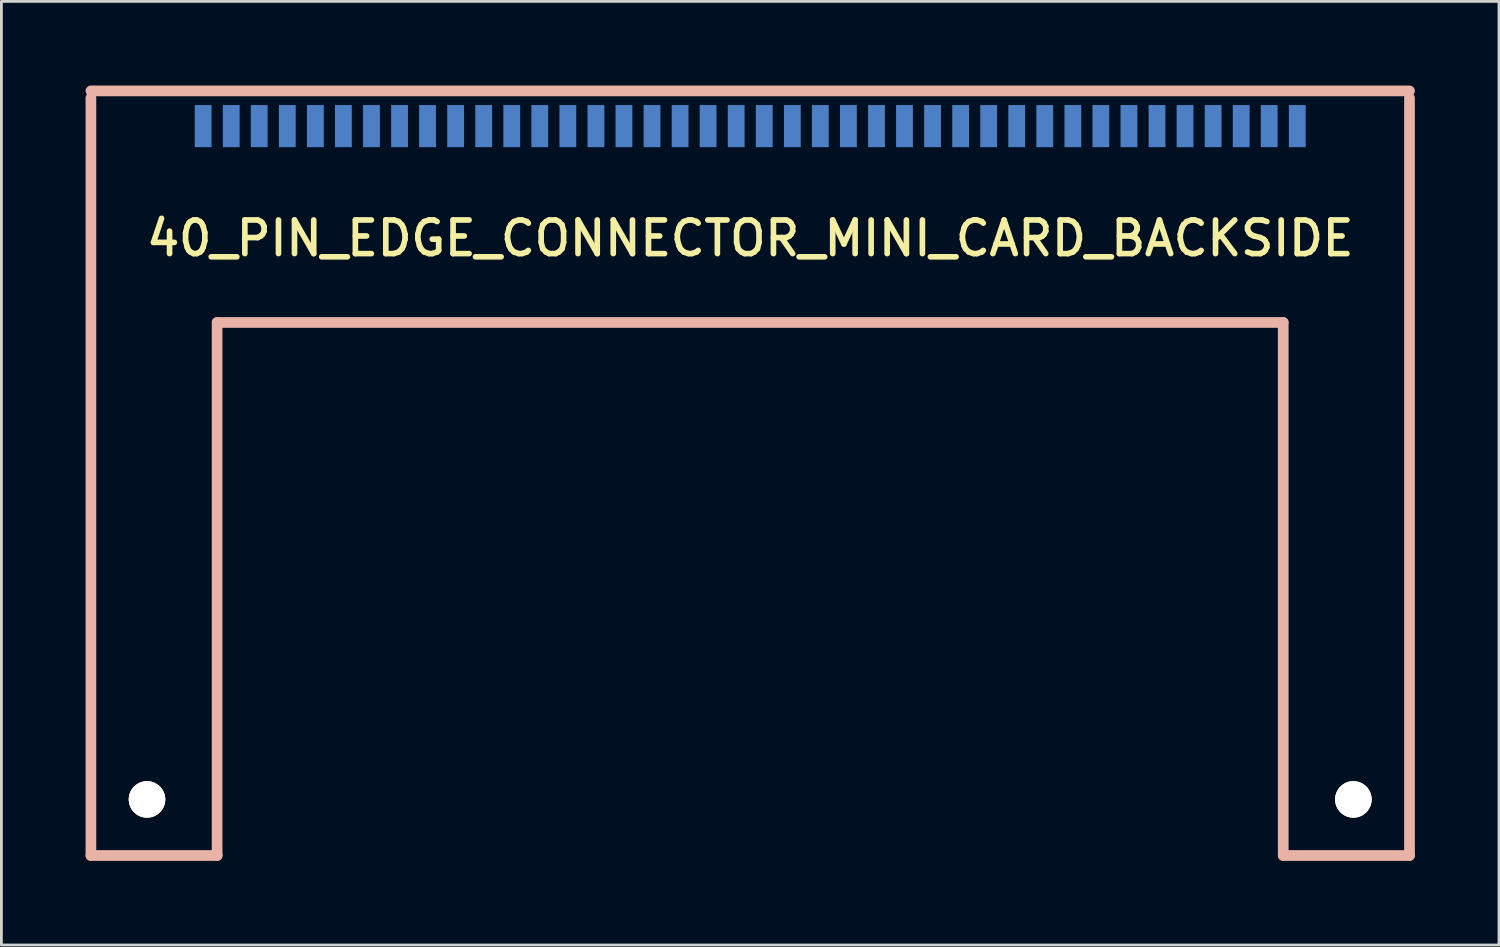
<source format=kicad_pcb>
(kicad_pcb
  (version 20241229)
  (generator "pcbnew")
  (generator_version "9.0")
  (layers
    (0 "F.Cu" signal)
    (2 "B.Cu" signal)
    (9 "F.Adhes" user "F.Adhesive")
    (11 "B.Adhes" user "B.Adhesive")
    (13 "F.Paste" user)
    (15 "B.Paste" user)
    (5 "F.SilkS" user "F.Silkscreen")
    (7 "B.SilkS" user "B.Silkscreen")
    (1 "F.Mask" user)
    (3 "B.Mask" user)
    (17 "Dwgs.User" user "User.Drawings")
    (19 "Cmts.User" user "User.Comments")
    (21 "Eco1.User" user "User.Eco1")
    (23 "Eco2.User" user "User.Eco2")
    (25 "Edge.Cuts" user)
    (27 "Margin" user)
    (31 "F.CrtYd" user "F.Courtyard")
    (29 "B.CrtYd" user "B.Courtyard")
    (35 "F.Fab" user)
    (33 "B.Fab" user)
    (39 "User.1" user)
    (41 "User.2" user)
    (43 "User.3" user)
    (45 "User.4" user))
  (footprint "40_PIN_EDGE_CONNECTOR_MINI_CARD_BACKSIDE"
    (layer "F.Cu")
    (at 23.691 1.445)
    (property "Reference" "40_PIN_EDGE_CONNECTOR_MINI_CARD_BACKSIDE" (at 0 4 0) (layer "F.SilkS") (effects (font (size 1.199 1.199) (thickness 0.201))))
    (attr through_hole)
    (fp_line (start -23.5 -1.255) (end 23.5 -1.255) (stroke (width 0.381) (type solid)) (layer "B.SilkS"))
    (fp_line (start -23.5 25.999) (end -23.5 -1.001) (stroke (width 0.381) (type solid)) (layer "B.SilkS"))
    (fp_line (start -19.002 7) (end -19.002 25.999) (stroke (width 0.381) (type solid)) (layer "B.SilkS"))
    (fp_line (start -18.999 7) (end 18.999 7) (stroke (width 0.381) (type solid)) (layer "B.SilkS"))
    (fp_line (start -18.999 25.999) (end -23.5 25.999) (stroke (width 0.381) (type solid)) (layer "B.SilkS"))
    (fp_line (start 18.999 25.999) (end 18.999 7) (stroke (width 0.381) (type solid)) (layer "B.SilkS"))
    (fp_line (start 18.999 25.999) (end 23.5 25.999) (stroke (width 0.381) (type solid)) (layer "B.SilkS"))
    (fp_line (start 23.5 -1.001) (end 23.5 25.999) (stroke (width 0.381) (type solid)) (layer "B.SilkS"))
    (pad "1" smd rect (at 19.5 0) (size 0.599 1.501) (layers "B.Cu" "B.Mask" "B.Paste"))
    (pad "2" smd rect (at 18.499 0) (size 0.599 1.501) (layers "B.Cu" "B.Mask" "B.Paste"))
    (pad "3" smd rect (at 17.501 0) (size 0.599 1.501) (layers "B.Cu" "B.Mask" "B.Paste"))
    (pad "4" smd rect (at 16.5 0) (size 0.599 1.501) (layers "B.Cu" "B.Mask" "B.Paste"))
    (pad "5" smd rect (at 15.499 0) (size 0.599 1.501) (layers "B.Cu" "B.Mask" "B.Paste"))
    (pad "6" smd rect (at 14.501 0) (size 0.599 1.501) (layers "B.Cu" "B.Mask" "B.Paste"))
    (pad "7" smd rect (at 13.5 0) (size 0.599 1.501) (layers "B.Cu" "B.Mask" "B.Paste"))
    (pad "8" smd rect (at 12.499 0) (size 0.599 1.501) (layers "B.Cu" "B.Mask" "B.Paste"))
    (pad "9" smd rect (at 11.501 0) (size 0.599 1.501) (layers "B.Cu" "B.Mask" "B.Paste"))
    (pad "10" smd rect (at 10.5 0) (size 0.599 1.501) (layers "B.Cu" "B.Mask" "B.Paste"))
    (pad "11" smd rect (at 9.5 0) (size 0.599 1.501) (layers "B.Cu" "B.Mask" "B.Paste"))
    (pad "12" smd rect (at 8.499 0) (size 0.599 1.501) (layers "B.Cu" "B.Mask" "B.Paste"))
    (pad "13" smd rect (at 7.501 0) (size 0.599 1.501) (layers "B.Cu" "B.Mask" "B.Paste"))
    (pad "14" smd rect (at 6.5 0) (size 0.599 1.501) (layers "B.Cu" "B.Mask" "B.Paste"))
    (pad "15" smd rect (at 5.499 0) (size 0.599 1.501) (layers "B.Cu" "B.Mask" "B.Paste"))
    (pad "16" smd rect (at 4.501 0) (size 0.599 1.501) (layers "B.Cu" "B.Mask" "B.Paste"))
    (pad "17" smd rect (at 3.5 0) (size 0.599 1.501) (layers "B.Cu" "B.Mask" "B.Paste"))
    (pad "18" smd rect (at 2.499 0) (size 0.599 1.501) (layers "B.Cu" "B.Mask" "B.Paste"))
    (pad "19" smd rect (at 1.501 0) (size 0.599 1.501) (layers "B.Cu" "B.Mask" "B.Paste"))
    (pad "20" smd rect (at 0.5 0) (size 0.599 1.501) (layers "B.Cu" "B.Mask" "B.Paste"))
    (pad "21" smd rect (at -0.5 0) (size 0.599 1.501) (layers "B.Cu" "B.Mask" "B.Paste"))
    (pad "22" smd rect (at -1.501 0) (size 0.599 1.501) (layers "B.Cu" "B.Mask" "B.Paste"))
    (pad "23" smd rect (at -2.499 0) (size 0.599 1.501) (layers "B.Cu" "B.Mask" "B.Paste"))
    (pad "24" smd rect (at -3.5 0) (size 0.599 1.501) (layers "B.Cu" "B.Mask" "B.Paste"))
    (pad "25" smd rect (at -4.501 0) (size 0.599 1.501) (layers "B.Cu" "B.Mask" "B.Paste"))
    (pad "26" smd rect (at -5.499 0) (size 0.599 1.501) (layers "B.Cu" "B.Mask" "B.Paste"))
    (pad "27" smd rect (at -6.5 0) (size 0.599 1.501) (layers "B.Cu" "B.Mask" "B.Paste"))
    (pad "28" smd rect (at -7.501 0) (size 0.599 1.501) (layers "B.Cu" "B.Mask" "B.Paste"))
    (pad "29" smd rect (at -8.499 0) (size 0.599 1.501) (layers "B.Cu" "B.Mask" "B.Paste"))
    (pad "30" smd rect (at -9.5 0) (size 0.599 1.501) (layers "B.Cu" "B.Mask" "B.Paste"))
    (pad "31" smd rect (at -10.5 0) (size 0.599 1.501) (layers "B.Cu" "B.Mask" "B.Paste"))
    (pad "32" smd rect (at -11.501 0) (size 0.599 1.501) (layers "B.Cu" "B.Mask" "B.Paste"))
    (pad "33" smd rect (at -12.499 0) (size 0.599 1.501) (layers "B.Cu" "B.Mask" "B.Paste"))
    (pad "34" smd rect (at -13.5 0) (size 0.599 1.501) (layers "B.Cu" "B.Mask" "B.Paste"))
    (pad "35" smd rect (at -14.501 0) (size 0.599 1.501) (layers "B.Cu" "B.Mask" "B.Paste"))
    (pad "36" smd rect (at -15.499 0) (size 0.599 1.501) (layers "B.Cu" "B.Mask" "B.Paste"))
    (pad "37" smd rect (at -16.5 0) (size 0.599 1.501) (layers "B.Cu" "B.Mask" "B.Paste"))
    (pad "38" smd rect (at -17.501 0) (size 0.599 1.501) (layers "B.Cu" "B.Mask" "B.Paste"))
    (pad "39" smd rect (at -18.499 0) (size 0.599 1.501) (layers "B.Cu" "B.Mask" "B.Paste"))
    (pad "40" smd rect (at -19.5 0) (size 0.599 1.501) (layers "B.Cu" "B.Mask" "B.Paste"))
    (pad "41" thru_hole circle (at -21.501 24) (size 1.3 1.3) (drill 1.3) (layers "*.Cu" "*.Mask" "F.SilkS"))
    (pad "42" thru_hole circle (at 21.499 24) (size 1.3 1.3) (drill 1.3) (layers "*.Cu" "*.Mask" "F.SilkS")))
  (gr_rect
    (start -3 -3)
    (end 50.381 30.635)
    (stroke (width 0.1) (type default))
    (fill no)
    (layer "Edge.Cuts")))
</source>
